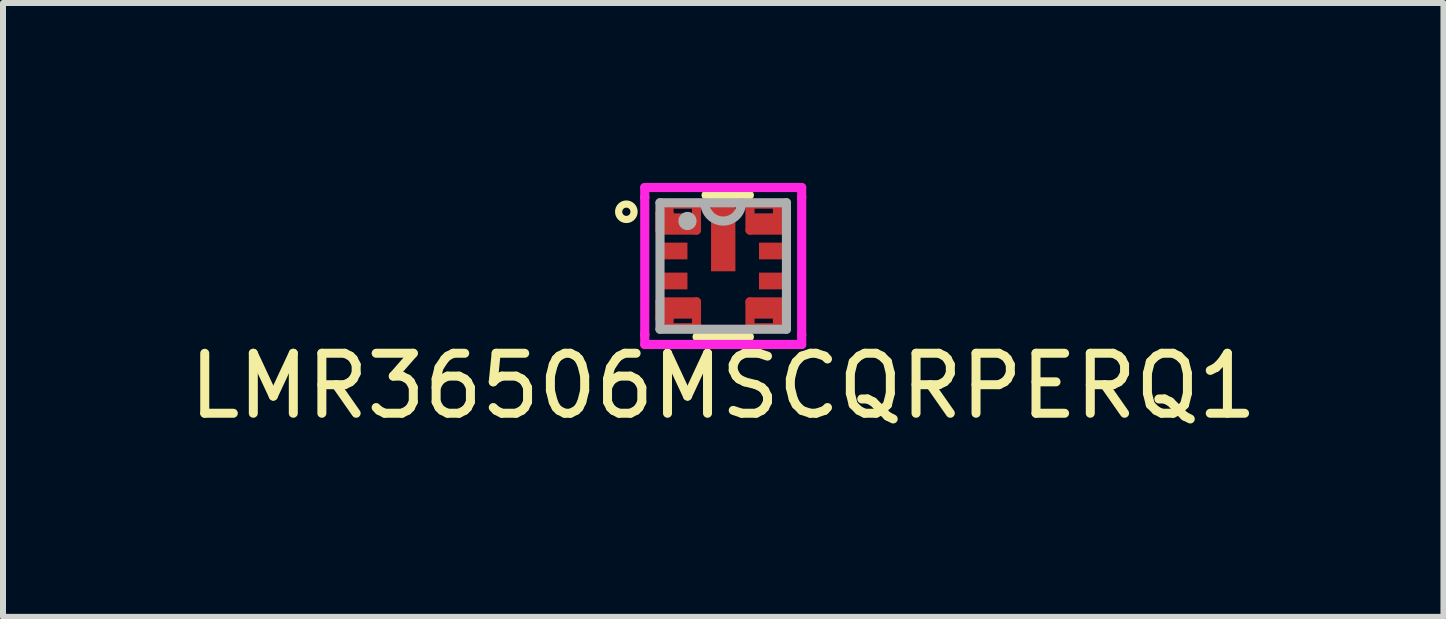
<source format=kicad_pcb>
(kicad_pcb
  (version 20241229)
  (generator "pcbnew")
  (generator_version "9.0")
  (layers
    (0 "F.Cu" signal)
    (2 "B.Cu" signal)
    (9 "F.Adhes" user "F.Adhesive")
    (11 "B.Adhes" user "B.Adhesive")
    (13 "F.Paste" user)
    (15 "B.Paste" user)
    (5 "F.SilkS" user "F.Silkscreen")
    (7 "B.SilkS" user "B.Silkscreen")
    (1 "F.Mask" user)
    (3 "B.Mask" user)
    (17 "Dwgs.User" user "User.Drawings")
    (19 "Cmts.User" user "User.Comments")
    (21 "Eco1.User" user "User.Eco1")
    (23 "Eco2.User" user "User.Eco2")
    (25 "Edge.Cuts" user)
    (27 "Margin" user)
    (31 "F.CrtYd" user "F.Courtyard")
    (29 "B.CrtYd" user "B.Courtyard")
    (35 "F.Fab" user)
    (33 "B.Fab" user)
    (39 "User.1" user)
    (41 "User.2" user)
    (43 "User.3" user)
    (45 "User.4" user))
  (footprint "LMR36506MSCQRPERQ1"
    (layer "F.Cu")
    (at 9.006 1.384)
    (property "Reference" "LMR36506MSCQRPERQ1" (at 0 2 0) (layer "F.SilkS") (effects (font (size 1 1) (thickness 0.15))))
    (fp_line (start -1.054 -0.878) (end -0.904 -0.878) (stroke (width 0.152) (type solid)) (layer "F.Cu"))
    (fp_line (start -1.054 -0.598) (end -1.054 -0.878) (stroke (width 0.152) (type solid)) (layer "F.Cu"))
    (fp_line (start -1.054 0.598) (end -0.446 0.598) (stroke (width 0.152) (type solid)) (layer "F.Cu"))
    (fp_line (start -1.054 0.878) (end -1.054 0.598) (stroke (width 0.152) (type solid)) (layer "F.Cu"))
    (fp_line (start -0.904 -1.03) (end -0.446 -1.03) (stroke (width 0.152) (type solid)) (layer "F.Cu"))
    (fp_line (start -0.904 -0.878) (end -0.904 -1.03) (stroke (width 0.152) (type solid)) (layer "F.Cu"))
    (fp_line (start -0.904 0.878) (end -1.054 0.878) (stroke (width 0.152) (type solid)) (layer "F.Cu"))
    (fp_line (start -0.904 1.03) (end -0.904 0.878) (stroke (width 0.152) (type solid)) (layer "F.Cu"))
    (fp_line (start -0.446 -0.598) (end -1.054 -0.598) (stroke (width 0.152) (type solid)) (layer "F.Cu"))
    (fp_line (start -0.446 0.598) (end -0.446 1.03) (stroke (width 0.152) (type solid)) (layer "F.Cu"))
    (fp_line (start -0.446 -1.03) (end -0.446 -0.598) (stroke (width 0.152) (type solid)) (layer "F.Cu"))
    (fp_line (start -0.446 1.03) (end -0.904 1.03) (stroke (width 0.152) (type solid)) (layer "F.Cu"))
    (fp_line (start 0.446 -1.03) (end 0.904 -1.03) (stroke (width 0.152) (type solid)) (layer "F.Cu"))
    (fp_line (start 0.446 1.03) (end 0.446 0.598) (stroke (width 0.152) (type solid)) (layer "F.Cu"))
    (fp_line (start 0.446 -0.598) (end 0.446 -1.03) (stroke (width 0.152) (type solid)) (layer "F.Cu"))
    (fp_line (start 0.446 0.598) (end 1.054 0.598) (stroke (width 0.152) (type solid)) (layer "F.Cu"))
    (fp_line (start 0.904 -1.03) (end 0.904 -0.878) (stroke (width 0.152) (type solid)) (layer "F.Cu"))
    (fp_line (start 0.904 -0.878) (end 1.054 -0.878) (stroke (width 0.152) (type solid)) (layer "F.Cu"))
    (fp_line (start 0.904 0.878) (end 0.904 1.03) (stroke (width 0.152) (type solid)) (layer "F.Cu"))
    (fp_line (start 0.904 1.03) (end 0.446 1.03) (stroke (width 0.152) (type solid)) (layer "F.Cu"))
    (fp_line (start 1.054 -0.878) (end 1.054 -0.598) (stroke (width 0.152) (type solid)) (layer "F.Cu"))
    (fp_line (start 1.054 -0.598) (end 0.446 -0.598) (stroke (width 0.152) (type solid)) (layer "F.Cu"))
    (fp_line (start 1.054 0.598) (end 1.054 0.878) (stroke (width 0.152) (type solid)) (layer "F.Cu"))
    (fp_line (start 1.054 0.878) (end 0.904 0.878) (stroke (width 0.152) (type solid)) (layer "F.Cu"))
    (fp_line (start -1.054 -0.878) (end -0.904 -0.878) (stroke (width 0.152) (type solid)) (layer "F.Mask"))
    (fp_line (start -1.054 -0.598) (end -1.054 -0.878) (stroke (width 0.152) (type solid)) (layer "F.Mask"))
    (fp_line (start -1.054 0.598) (end -0.446 0.598) (stroke (width 0.152) (type solid)) (layer "F.Mask"))
    (fp_line (start -1.054 0.878) (end -1.054 0.598) (stroke (width 0.152) (type solid)) (layer "F.Mask"))
    (fp_line (start -0.904 -1.03) (end -0.446 -1.03) (stroke (width 0.152) (type solid)) (layer "F.Mask"))
    (fp_line (start -0.904 -0.878) (end -0.904 -1.03) (stroke (width 0.152) (type solid)) (layer "F.Mask"))
    (fp_line (start -0.904 0.878) (end -1.054 0.878) (stroke (width 0.152) (type solid)) (layer "F.Mask"))
    (fp_line (start -0.904 1.03) (end -0.904 0.878) (stroke (width 0.152) (type solid)) (layer "F.Mask"))
    (fp_line (start -0.446 -0.598) (end -1.054 -0.598) (stroke (width 0.152) (type solid)) (layer "F.Mask"))
    (fp_line (start -0.446 0.598) (end -0.446 1.03) (stroke (width 0.152) (type solid)) (layer "F.Mask"))
    (fp_line (start -0.446 -1.03) (end -0.446 -0.598) (stroke (width 0.152) (type solid)) (layer "F.Mask"))
    (fp_line (start -0.446 1.03) (end -0.904 1.03) (stroke (width 0.152) (type solid)) (layer "F.Mask"))
    (fp_line (start 0.446 -1.03) (end 0.904 -1.03) (stroke (width 0.152) (type solid)) (layer "F.Mask"))
    (fp_line (start 0.446 1.03) (end 0.446 0.598) (stroke (width 0.152) (type solid)) (layer "F.Mask"))
    (fp_line (start 0.446 -0.598) (end 0.446 -1.03) (stroke (width 0.152) (type solid)) (layer "F.Mask"))
    (fp_line (start 0.446 0.598) (end 1.054 0.598) (stroke (width 0.152) (type solid)) (layer "F.Mask"))
    (fp_line (start 0.904 -1.03) (end 0.904 -0.878) (stroke (width 0.152) (type solid)) (layer "F.Mask"))
    (fp_line (start 0.904 -0.878) (end 1.054 -0.878) (stroke (width 0.152) (type solid)) (layer "F.Mask"))
    (fp_line (start 0.904 0.878) (end 0.904 1.03) (stroke (width 0.152) (type solid)) (layer "F.Mask"))
    (fp_line (start 0.904 1.03) (end 0.446 1.03) (stroke (width 0.152) (type solid)) (layer "F.Mask"))
    (fp_line (start 1.054 -0.878) (end 1.054 -0.598) (stroke (width 0.152) (type solid)) (layer "F.Mask"))
    (fp_line (start 1.054 -0.598) (end 0.446 -0.598) (stroke (width 0.152) (type solid)) (layer "F.Mask"))
    (fp_line (start 1.054 0.598) (end 1.054 0.878) (stroke (width 0.152) (type solid)) (layer "F.Mask"))
    (fp_line (start 1.054 0.878) (end 0.904 0.878) (stroke (width 0.152) (type solid)) (layer "F.Mask"))
    (fp_line (start -0.436 1.181) (end 0.436 1.181) (stroke (width 0.152) (type solid)) (layer "F.SilkS"))
    (fp_line (start 0.436 -1.181) (end -0.286 -1.181) (stroke (width 0.152) (type solid)) (layer "F.SilkS"))
    (fp_circle (center -1.615 -0.904) (end -1.524 -0.813) (stroke (width 0.12) (type solid)) (fill no) (layer "F.SilkS"))
    (fp_line (start -1.054 -0.878) (end -0.904 -0.878) (stroke (width 0.152) (type solid)) (layer "F.Paste"))
    (fp_line (start -1.054 -0.598) (end -1.054 -0.878) (stroke (width 0.152) (type solid)) (layer "F.Paste"))
    (fp_line (start -1.054 0.598) (end -0.446 0.598) (stroke (width 0.152) (type solid)) (layer "F.Paste"))
    (fp_line (start -1.054 0.878) (end -1.054 0.598) (stroke (width 0.152) (type solid)) (layer "F.Paste"))
    (fp_line (start -0.904 -1.03) (end -0.446 -1.03) (stroke (width 0.152) (type solid)) (layer "F.Paste"))
    (fp_line (start -0.904 -0.878) (end -0.904 -1.03) (stroke (width 0.152) (type solid)) (layer "F.Paste"))
    (fp_line (start -0.904 0.878) (end -1.054 0.878) (stroke (width 0.152) (type solid)) (layer "F.Paste"))
    (fp_line (start -0.904 1.03) (end -0.904 0.878) (stroke (width 0.152) (type solid)) (layer "F.Paste"))
    (fp_line (start -0.446 -0.598) (end -1.054 -0.598) (stroke (width 0.152) (type solid)) (layer "F.Paste"))
    (fp_line (start -0.446 0.598) (end -0.446 1.03) (stroke (width 0.152) (type solid)) (layer "F.Paste"))
    (fp_line (start -0.446 -1.03) (end -0.446 -0.598) (stroke (width 0.152) (type solid)) (layer "F.Paste"))
    (fp_line (start -0.446 1.03) (end -0.904 1.03) (stroke (width 0.152) (type solid)) (layer "F.Paste"))
    (fp_line (start 0.446 -1.03) (end 0.904 -1.03) (stroke (width 0.152) (type solid)) (layer "F.Paste"))
    (fp_line (start 0.446 1.03) (end 0.446 0.598) (stroke (width 0.152) (type solid)) (layer "F.Paste"))
    (fp_line (start 0.446 -0.598) (end 0.446 -1.03) (stroke (width 0.152) (type solid)) (layer "F.Paste"))
    (fp_line (start 0.446 0.598) (end 1.054 0.598) (stroke (width 0.152) (type solid)) (layer "F.Paste"))
    (fp_line (start 0.904 -1.03) (end 0.904 -0.878) (stroke (width 0.152) (type solid)) (layer "F.Paste"))
    (fp_line (start 0.904 -0.878) (end 1.054 -0.878) (stroke (width 0.152) (type solid)) (layer "F.Paste"))
    (fp_line (start 0.904 0.878) (end 0.904 1.03) (stroke (width 0.152) (type solid)) (layer "F.Paste"))
    (fp_line (start 0.904 1.03) (end 0.446 1.03) (stroke (width 0.152) (type solid)) (layer "F.Paste"))
    (fp_line (start 1.054 -0.878) (end 1.054 -0.598) (stroke (width 0.152) (type solid)) (layer "F.Paste"))
    (fp_line (start 1.054 -0.598) (end 0.446 -0.598) (stroke (width 0.152) (type solid)) (layer "F.Paste"))
    (fp_line (start 1.054 0.598) (end 1.054 0.878) (stroke (width 0.152) (type solid)) (layer "F.Paste"))
    (fp_line (start 1.054 0.878) (end 0.904 0.878) (stroke (width 0.152) (type solid)) (layer "F.Paste"))
    (fp_line (start -1.308 -1.308) (end 1.308 -1.308) (stroke (width 0.152) (type solid)) (layer "F.CrtYd"))
    (fp_line (start -1.308 -1.144) (end -1.308 -1.308) (stroke (width 0.152) (type solid)) (layer "F.CrtYd"))
    (fp_line (start -1.308 -1.144) (end -1.308 -1.144) (stroke (width 0.152) (type solid)) (layer "F.CrtYd"))
    (fp_line (start -1.308 1.144) (end -1.308 -1.144) (stroke (width 0.152) (type solid)) (layer "F.CrtYd"))
    (fp_line (start -1.308 1.144) (end -1.308 1.144) (stroke (width 0.152) (type solid)) (layer "F.CrtYd"))
    (fp_line (start -1.308 1.308) (end -1.308 1.144) (stroke (width 0.152) (type solid)) (layer "F.CrtYd"))
    (fp_line (start 1.308 -1.308) (end 1.308 -1.144) (stroke (width 0.152) (type solid)) (layer "F.CrtYd"))
    (fp_line (start 1.308 -1.144) (end 1.308 -1.144) (stroke (width 0.152) (type solid)) (layer "F.CrtYd"))
    (fp_line (start 1.308 -1.144) (end 1.308 1.144) (stroke (width 0.152) (type solid)) (layer "F.CrtYd"))
    (fp_line (start 1.308 1.144) (end 1.308 1.144) (stroke (width 0.152) (type solid)) (layer "F.CrtYd"))
    (fp_line (start 1.308 1.144) (end 1.308 1.308) (stroke (width 0.152) (type solid)) (layer "F.CrtYd"))
    (fp_line (start 1.308 1.308) (end -1.308 1.308) (stroke (width 0.152) (type solid)) (layer "F.CrtYd"))
    (fp_line (start -1.054 -1.054) (end -1.054 1.054) (stroke (width 0.152) (type solid)) (layer "F.Fab"))
    (fp_line (start -1.054 1.054) (end 1.054 1.054) (stroke (width 0.152) (type solid)) (layer "F.Fab"))
    (fp_line (start 1.054 -1.054) (end -1.054 -1.054) (stroke (width 0.152) (type solid)) (layer "F.Fab"))
    (fp_line (start 1.054 1.054) (end 1.054 -1.054) (stroke (width 0.152) (type solid)) (layer "F.Fab"))
    (fp_arc (start 0.3048 -1.0541) (mid 0 -0.7493) (end -0.3048 -1.0541) (stroke (width 0.1524) (type solid)) (layer "F.Fab"))
    (fp_circle (center -0.596 -0.75) (end -0.596 -0.75) (stroke (width 0.152) (type solid)) (fill no) (layer "F.Fab"))
    (pad "1" smd rect (at -0.75 -0.738) (size 0.607 0.279) (layers "F.Cu" "F.Mask" "F.Paste"))
    (pad "2" smd rect (at -0.825 -0.25) (size 0.457 0.279) (layers "F.Cu" "F.Mask" "F.Paste"))
    (pad "3" smd rect (at -0.825 0.25) (size 0.457 0.279) (layers "F.Cu" "F.Mask" "F.Paste"))
    (pad "4" smd rect (at -0.75 0.738) (size 0.607 0.279) (layers "F.Cu" "F.Mask" "F.Paste"))
    (pad "5" smd rect (at 0.75 0.738) (size 0.607 0.279) (layers "F.Cu" "F.Mask" "F.Paste"))
    (pad "6" smd rect (at 0.825 0.25) (size 0.457 0.279) (layers "F.Cu" "F.Mask" "F.Paste"))
    (pad "7" smd rect (at 0.825 -0.25) (size 0.457 0.279) (layers "F.Cu" "F.Mask" "F.Paste"))
    (pad "8" smd rect (at 0.75 -0.738) (size 0.607 0.279) (layers "F.Cu" "F.Mask" "F.Paste"))
    (pad "9" smd rect (at 0 -0.483) (size 0.406 1.143) (layers "F.Cu" "F.Mask" "F.Paste")))
  (gr_rect
    (start -3 -3)
    (end 21.012 7.233)
    (stroke (width 0.1) (type default))
    (fill no)
    (layer "Edge.Cuts")))
</source>
